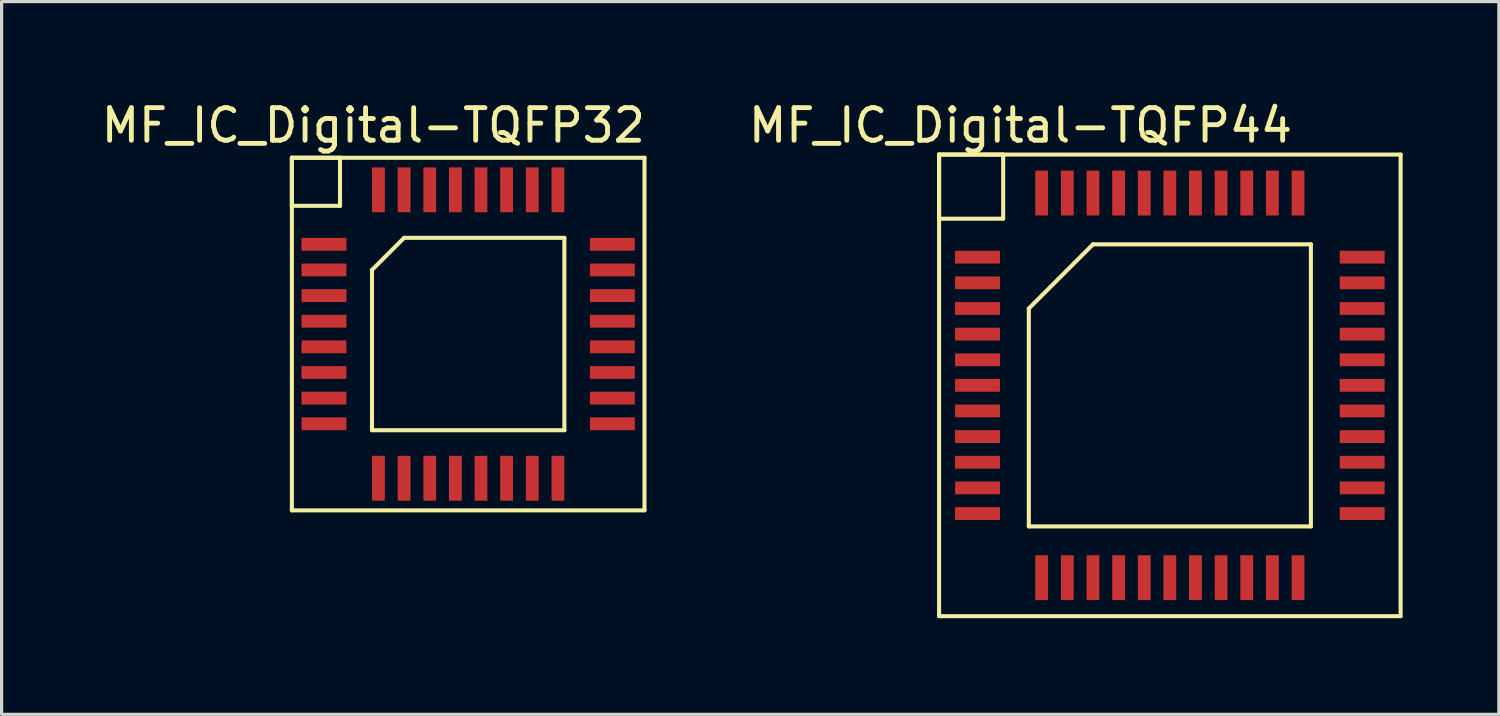
<source format=kicad_pcb>
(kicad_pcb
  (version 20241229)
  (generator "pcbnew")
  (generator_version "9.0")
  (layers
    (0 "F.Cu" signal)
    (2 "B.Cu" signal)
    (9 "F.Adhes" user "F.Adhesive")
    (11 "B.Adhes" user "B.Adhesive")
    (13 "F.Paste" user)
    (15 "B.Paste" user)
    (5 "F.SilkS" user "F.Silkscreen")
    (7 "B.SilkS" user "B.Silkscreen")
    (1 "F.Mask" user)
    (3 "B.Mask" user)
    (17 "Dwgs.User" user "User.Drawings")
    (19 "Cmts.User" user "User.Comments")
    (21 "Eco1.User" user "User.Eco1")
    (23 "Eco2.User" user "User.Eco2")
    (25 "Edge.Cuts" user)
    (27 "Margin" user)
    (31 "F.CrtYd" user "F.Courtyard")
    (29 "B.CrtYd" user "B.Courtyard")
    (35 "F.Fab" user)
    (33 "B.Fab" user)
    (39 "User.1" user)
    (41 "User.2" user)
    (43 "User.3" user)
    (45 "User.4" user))
  (footprint "MF_IC_Digital-TQFP44"
    (layer "F.Cu")
    (at 33.439 8.97)
    (property "Reference" "MF_IC_Digital-TQFP44" (at -4.658 -8.108 0) (layer "F.SilkS") (effects (font (size 1.016 1.016) (thickness 0.152))))
    (attr smd)
    (fp_line (start -7.198 -7.198) (end -5.199 -7.198) (stroke (width 0.127) (type solid)) (layer "F.SilkS"))
    (fp_line (start -7.198 -7.198) (end 7.198 -7.198) (stroke (width 0.127) (type solid)) (layer "F.SilkS"))
    (fp_line (start -7.198 -5.199) (end -7.198 -7.198) (stroke (width 0.127) (type solid)) (layer "F.SilkS"))
    (fp_line (start -7.198 7.198) (end -7.198 -7.198) (stroke (width 0.127) (type solid)) (layer "F.SilkS"))
    (fp_line (start -5.199 -7.198) (end -5.199 -5.199) (stroke (width 0.127) (type solid)) (layer "F.SilkS"))
    (fp_line (start -5.199 -5.199) (end -7.198 -5.199) (stroke (width 0.127) (type solid)) (layer "F.SilkS"))
    (fp_line (start -4.399 -2.398) (end -4.399 4.399) (stroke (width 0.127) (type solid)) (layer "F.SilkS"))
    (fp_line (start -4.399 4.399) (end 4.399 4.399) (stroke (width 0.127) (type solid)) (layer "F.SilkS"))
    (fp_line (start -2.398 -4.399) (end -4.399 -2.398) (stroke (width 0.127) (type solid)) (layer "F.SilkS"))
    (fp_line (start 4.399 -4.399) (end -2.398 -4.399) (stroke (width 0.127) (type solid)) (layer "F.SilkS"))
    (fp_line (start 4.399 4.399) (end 4.399 -4.399) (stroke (width 0.127) (type solid)) (layer "F.SilkS"))
    (fp_line (start 7.198 -7.198) (end 7.198 7.198) (stroke (width 0.127) (type solid)) (layer "F.SilkS"))
    (fp_line (start 7.198 7.198) (end -7.198 7.198) (stroke (width 0.127) (type solid)) (layer "F.SilkS"))
    (pad "P$1" smd rect (at -5.999 -3.998) (size 1.4 0.399) (layers "F.Cu" "F.Mask" "F.Paste"))
    (pad "P$2" smd rect (at -5.999 -3.198) (size 1.4 0.399) (layers "F.Cu" "F.Mask" "F.Paste"))
    (pad "P$3" smd rect (at -5.999 -2.398) (size 1.4 0.399) (layers "F.Cu" "F.Mask" "F.Paste"))
    (pad "P$4" smd rect (at -5.999 -1.598) (size 1.4 0.399) (layers "F.Cu" "F.Mask" "F.Paste"))
    (pad "P$5" smd rect (at -5.999 -0.798) (size 1.4 0.399) (layers "F.Cu" "F.Mask" "F.Paste"))
    (pad "P$6" smd rect (at -5.999 0) (size 1.4 0.399) (layers "F.Cu" "F.Mask" "F.Paste"))
    (pad "P$7" smd rect (at -5.999 0.798) (size 1.4 0.399) (layers "F.Cu" "F.Mask" "F.Paste"))
    (pad "P$8" smd rect (at -5.999 1.598) (size 1.4 0.399) (layers "F.Cu" "F.Mask" "F.Paste"))
    (pad "P$9" smd rect (at -5.999 2.398) (size 1.4 0.399) (layers "F.Cu" "F.Mask" "F.Paste"))
    (pad "P$10" smd rect (at -5.999 3.198) (size 1.4 0.399) (layers "F.Cu" "F.Mask" "F.Paste"))
    (pad "P$11" smd rect (at -5.999 3.998) (size 1.4 0.399) (layers "F.Cu" "F.Mask" "F.Paste"))
    (pad "P$12" smd rect (at -3.998 5.999 90) (size 1.4 0.399) (layers "F.Cu" "F.Mask" "F.Paste"))
    (pad "P$13" smd rect (at -3.198 5.999 90) (size 1.4 0.399) (layers "F.Cu" "F.Mask" "F.Paste"))
    (pad "P$14" smd rect (at -2.398 5.999 90) (size 1.4 0.399) (layers "F.Cu" "F.Mask" "F.Paste"))
    (pad "P$15" smd rect (at -1.598 5.999 90) (size 1.4 0.399) (layers "F.Cu" "F.Mask" "F.Paste"))
    (pad "P$16" smd rect (at -0.798 5.999 90) (size 1.4 0.399) (layers "F.Cu" "F.Mask" "F.Paste"))
    (pad "P$17" smd rect (at 0 5.999 90) (size 1.4 0.399) (layers "F.Cu" "F.Mask" "F.Paste"))
    (pad "P$18" smd rect (at 0.798 5.999 90) (size 1.4 0.399) (layers "F.Cu" "F.Mask" "F.Paste"))
    (pad "P$19" smd rect (at 1.598 5.999 90) (size 1.4 0.399) (layers "F.Cu" "F.Mask" "F.Paste"))
    (pad "P$20" smd rect (at 2.398 5.999 90) (size 1.4 0.399) (layers "F.Cu" "F.Mask" "F.Paste"))
    (pad "P$21" smd rect (at 3.198 5.999 90) (size 1.4 0.399) (layers "F.Cu" "F.Mask" "F.Paste"))
    (pad "P$22" smd rect (at 3.998 5.999 90) (size 1.4 0.399) (layers "F.Cu" "F.Mask" "F.Paste"))
    (pad "P$23" smd rect (at 5.999 3.998 180) (size 1.4 0.399) (layers "F.Cu" "F.Mask" "F.Paste"))
    (pad "P$24" smd rect (at 5.999 3.198 180) (size 1.4 0.399) (layers "F.Cu" "F.Mask" "F.Paste"))
    (pad "P$25" smd rect (at 5.999 2.398 180) (size 1.4 0.399) (layers "F.Cu" "F.Mask" "F.Paste"))
    (pad "P$26" smd rect (at 5.999 1.598 180) (size 1.4 0.399) (layers "F.Cu" "F.Mask" "F.Paste"))
    (pad "P$27" smd rect (at 5.999 0.798 180) (size 1.4 0.399) (layers "F.Cu" "F.Mask" "F.Paste"))
    (pad "P$28" smd rect (at 5.999 0 180) (size 1.4 0.399) (layers "F.Cu" "F.Mask" "F.Paste"))
    (pad "P$29" smd rect (at 5.999 -0.798 180) (size 1.4 0.399) (layers "F.Cu" "F.Mask" "F.Paste"))
    (pad "P$30" smd rect (at 5.999 -1.598 180) (size 1.4 0.399) (layers "F.Cu" "F.Mask" "F.Paste"))
    (pad "P$31" smd rect (at 5.999 -2.398 180) (size 1.4 0.399) (layers "F.Cu" "F.Mask" "F.Paste"))
    (pad "P$32" smd rect (at 5.999 -3.198 180) (size 1.4 0.399) (layers "F.Cu" "F.Mask" "F.Paste"))
    (pad "P$33" smd rect (at 5.999 -3.998 180) (size 1.4 0.399) (layers "F.Cu" "F.Mask" "F.Paste"))
    (pad "P$34" smd rect (at 3.998 -5.999 270) (size 1.4 0.399) (layers "F.Cu" "F.Mask" "F.Paste"))
    (pad "P$35" smd rect (at 3.198 -5.999 270) (size 1.4 0.399) (layers "F.Cu" "F.Mask" "F.Paste"))
    (pad "P$36" smd rect (at 2.398 -5.999 270) (size 1.4 0.399) (layers "F.Cu" "F.Mask" "F.Paste"))
    (pad "P$37" smd rect (at 1.598 -5.999 270) (size 1.4 0.399) (layers "F.Cu" "F.Mask" "F.Paste"))
    (pad "P$38" smd rect (at 0.798 -5.999 270) (size 1.4 0.399) (layers "F.Cu" "F.Mask" "F.Paste"))
    (pad "P$39" smd rect (at 0 -5.999 270) (size 1.4 0.399) (layers "F.Cu" "F.Mask" "F.Paste"))
    (pad "P$40" smd rect (at -0.798 -5.999 270) (size 1.4 0.399) (layers "F.Cu" "F.Mask" "F.Paste"))
    (pad "P$41" smd rect (at -1.598 -5.999 270) (size 1.4 0.399) (layers "F.Cu" "F.Mask" "F.Paste"))
    (pad "P$42" smd rect (at -2.398 -5.999 270) (size 1.4 0.399) (layers "F.Cu" "F.Mask" "F.Paste"))
    (pad "P$43" smd rect (at -3.198 -5.999 270) (size 1.4 0.399) (layers "F.Cu" "F.Mask" "F.Paste"))
    (pad "P$44" smd rect (at -3.998 -5.999 270) (size 1.4 0.399) (layers "F.Cu" "F.Mask" "F.Paste")))
  (footprint "MF_IC_Digital-TQFP32"
    (layer "F.Cu")
    (at 11.553 7.369)
    (property "Reference" "MF_IC_Digital-TQFP32" (at -2.959 -6.507 0) (layer "F.SilkS") (effects (font (size 1.016 1.016) (thickness 0.152))))
    (attr smd)
    (fp_line (start -5.499 -5.499) (end -3.998 -5.499) (stroke (width 0.127) (type solid)) (layer "F.SilkS"))
    (fp_line (start -5.499 -5.499) (end 5.499 -5.499) (stroke (width 0.127) (type solid)) (layer "F.SilkS"))
    (fp_line (start -5.499 -3.998) (end -5.499 -5.499) (stroke (width 0.127) (type solid)) (layer "F.SilkS"))
    (fp_line (start -5.499 5.499) (end -5.499 -5.499) (stroke (width 0.127) (type solid)) (layer "F.SilkS"))
    (fp_line (start -3.998 -5.499) (end -3.998 -3.998) (stroke (width 0.127) (type solid)) (layer "F.SilkS"))
    (fp_line (start -3.998 -3.998) (end -5.499 -3.998) (stroke (width 0.127) (type solid)) (layer "F.SilkS"))
    (fp_line (start -3 -1.999) (end -1.999 -3) (stroke (width 0.127) (type solid)) (layer "F.SilkS"))
    (fp_line (start -3 3) (end -3 -1.999) (stroke (width 0.127) (type solid)) (layer "F.SilkS"))
    (fp_line (start -1.999 -3) (end 3 -3) (stroke (width 0.127) (type solid)) (layer "F.SilkS"))
    (fp_line (start 3 -3) (end 3 3) (stroke (width 0.127) (type solid)) (layer "F.SilkS"))
    (fp_line (start 3 3) (end -3 3) (stroke (width 0.127) (type solid)) (layer "F.SilkS"))
    (fp_line (start 5.499 -5.499) (end 5.499 5.499) (stroke (width 0.127) (type solid)) (layer "F.SilkS"))
    (fp_line (start 5.499 5.499) (end -5.499 5.499) (stroke (width 0.127) (type solid)) (layer "F.SilkS"))
    (pad "1" smd rect (at -4.498 -2.799) (size 1.4 0.399) (layers "F.Cu" "F.Mask" "F.Paste"))
    (pad "2" smd rect (at -4.498 -1.999) (size 1.4 0.399) (layers "F.Cu" "F.Mask" "F.Paste"))
    (pad "3" smd rect (at -4.498 -1.199) (size 1.4 0.399) (layers "F.Cu" "F.Mask" "F.Paste"))
    (pad "4" smd rect (at -4.498 -0.399) (size 1.4 0.399) (layers "F.Cu" "F.Mask" "F.Paste"))
    (pad "5" smd rect (at -4.498 0.399) (size 1.4 0.399) (layers "F.Cu" "F.Mask" "F.Paste"))
    (pad "6" smd rect (at -4.498 1.199) (size 1.4 0.399) (layers "F.Cu" "F.Mask" "F.Paste"))
    (pad "7" smd rect (at -4.498 1.999) (size 1.4 0.399) (layers "F.Cu" "F.Mask" "F.Paste"))
    (pad "8" smd rect (at -4.498 2.799) (size 1.4 0.399) (layers "F.Cu" "F.Mask" "F.Paste"))
    (pad "9" smd rect (at -2.799 4.498 90) (size 1.4 0.399) (layers "F.Cu" "F.Mask" "F.Paste"))
    (pad "10" smd rect (at -1.999 4.498 90) (size 1.4 0.399) (layers "F.Cu" "F.Mask" "F.Paste"))
    (pad "11" smd rect (at -1.199 4.498 90) (size 1.4 0.399) (layers "F.Cu" "F.Mask" "F.Paste"))
    (pad "12" smd rect (at -0.399 4.498 90) (size 1.4 0.399) (layers "F.Cu" "F.Mask" "F.Paste"))
    (pad "13" smd rect (at 0.399 4.498 90) (size 1.4 0.399) (layers "F.Cu" "F.Mask" "F.Paste"))
    (pad "14" smd rect (at 1.199 4.498 90) (size 1.4 0.399) (layers "F.Cu" "F.Mask" "F.Paste"))
    (pad "15" smd rect (at 1.999 4.498 90) (size 1.4 0.399) (layers "F.Cu" "F.Mask" "F.Paste"))
    (pad "16" smd rect (at 2.799 4.498 90) (size 1.4 0.399) (layers "F.Cu" "F.Mask" "F.Paste"))
    (pad "17" smd rect (at 4.498 2.799 180) (size 1.4 0.399) (layers "F.Cu" "F.Mask" "F.Paste"))
    (pad "18" smd rect (at 4.498 1.999 180) (size 1.4 0.399) (layers "F.Cu" "F.Mask" "F.Paste"))
    (pad "19" smd rect (at 4.498 1.199 180) (size 1.4 0.399) (layers "F.Cu" "F.Mask" "F.Paste"))
    (pad "20" smd rect (at 4.498 0.399 180) (size 1.4 0.399) (layers "F.Cu" "F.Mask" "F.Paste"))
    (pad "21" smd rect (at 4.498 -0.399 180) (size 1.4 0.399) (layers "F.Cu" "F.Mask" "F.Paste"))
    (pad "22" smd rect (at 4.498 -1.199 180) (size 1.4 0.399) (layers "F.Cu" "F.Mask" "F.Paste"))
    (pad "23" smd rect (at 4.498 -1.999 180) (size 1.4 0.399) (layers "F.Cu" "F.Mask" "F.Paste"))
    (pad "24" smd rect (at 4.498 -2.799 180) (size 1.4 0.399) (layers "F.Cu" "F.Mask" "F.Paste"))
    (pad "25" smd rect (at 2.799 -4.498 270) (size 1.4 0.399) (layers "F.Cu" "F.Mask" "F.Paste"))
    (pad "26" smd rect (at 1.999 -4.498 270) (size 1.4 0.399) (layers "F.Cu" "F.Mask" "F.Paste"))
    (pad "27" smd rect (at 1.199 -4.498 270) (size 1.4 0.399) (layers "F.Cu" "F.Mask" "F.Paste"))
    (pad "28" smd rect (at 0.399 -4.498 270) (size 1.4 0.399) (layers "F.Cu" "F.Mask" "F.Paste"))
    (pad "29" smd rect (at -0.399 -4.498 270) (size 1.4 0.399) (layers "F.Cu" "F.Mask" "F.Paste"))
    (pad "30" smd rect (at -1.199 -4.498 270) (size 1.4 0.399) (layers "F.Cu" "F.Mask" "F.Paste"))
    (pad "31" smd rect (at -1.999 -4.498 270) (size 1.4 0.399) (layers "F.Cu" "F.Mask" "F.Paste"))
    (pad "32" smd rect (at -2.799 -4.498 270) (size 1.4 0.399) (layers "F.Cu" "F.Mask" "F.Paste")))
  (gr_rect
    (start -3 -3)
    (end 43.701 19.231)
    (stroke (width 0.1) (type default))
    (fill no)
    (layer "Edge.Cuts")))
</source>
